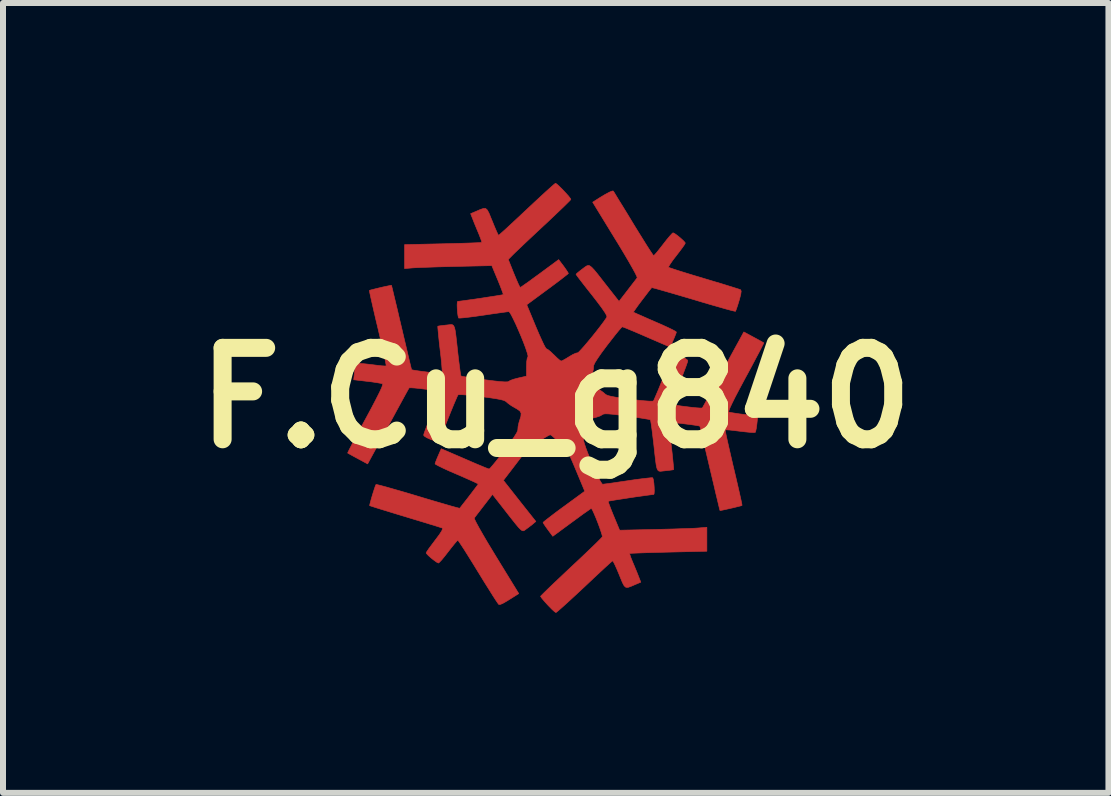
<source format=kicad_pcb>
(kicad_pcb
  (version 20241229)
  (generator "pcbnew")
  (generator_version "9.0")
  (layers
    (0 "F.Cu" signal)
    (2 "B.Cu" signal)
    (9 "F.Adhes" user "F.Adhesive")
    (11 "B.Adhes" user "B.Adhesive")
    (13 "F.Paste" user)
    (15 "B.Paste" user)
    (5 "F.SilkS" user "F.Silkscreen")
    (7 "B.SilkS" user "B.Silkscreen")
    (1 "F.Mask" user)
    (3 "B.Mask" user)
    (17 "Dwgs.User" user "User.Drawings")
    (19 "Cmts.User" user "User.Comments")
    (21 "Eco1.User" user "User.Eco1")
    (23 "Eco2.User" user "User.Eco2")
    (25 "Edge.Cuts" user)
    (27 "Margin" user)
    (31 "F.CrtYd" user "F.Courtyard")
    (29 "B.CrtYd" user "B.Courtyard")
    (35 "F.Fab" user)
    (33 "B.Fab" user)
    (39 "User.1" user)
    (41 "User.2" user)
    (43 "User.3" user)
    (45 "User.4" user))
  (footprint "F.Cu_g840"
    (layer "F.Cu")
    (at 6.212 3.582)
    (property "Reference" "F.Cu_g840" (at 0 0 0) (layer "F.SilkS") (effects (font (size 1.524 1.524) (thickness 0.3))))
    (attr through_hole)
    (fp_poly (pts (xy 0.02 -3.563) (xy 0.061 -3.525) (xy 0.113 -3.474) (xy 0.166 -3.417) (xy 0.213 -3.365) (xy 0.244 -3.325) (xy 0.252 -3.309) (xy 0.237 -3.29) (xy 0.194 -3.247) (xy 0.129 -3.183) (xy 0.043 -3.101) (xy -0.057 -3.006) (xy -0.169 -2.9) (xy -0.192 -2.879) (xy -0.311 -2.768) (xy -0.423 -2.663) (xy -0.524 -2.568) (xy -0.609 -2.487) (xy -0.673 -2.426) (xy -0.711 -2.389) (xy -0.713 -2.387) (xy -0.791 -2.308) (xy -0.698 -2.075) (xy -0.66 -1.984) (xy -0.628 -1.91) (xy -0.604 -1.86) (xy -0.592 -1.842) (xy -0.571 -1.853) (xy -0.523 -1.887) (xy -0.451 -1.937) (xy -0.363 -2.002) (xy -0.265 -2.073) (xy 0.049 -2.305) (xy 0.131 -2.197) (xy 0.172 -2.139) (xy 0.201 -2.095) (xy 0.211 -2.076) (xy 0.195 -2.06) (xy 0.149 -2.024) (xy 0.08 -1.97) (xy -0.009 -1.903) (xy -0.111 -1.827) (xy -0.136 -1.809) (xy -0.483 -1.553) (xy -0.33 -1.184) (xy -0.281 -1.069) (xy -0.236 -0.969) (xy -0.199 -0.89) (xy -0.171 -0.838) (xy -0.156 -0.819) (xy -0.156 -0.819) (xy -0.131 -0.807) (xy -0.087 -0.772) (xy -0.033 -0.72) (xy -0.031 -0.719) (xy 0.023 -0.666) (xy 0.066 -0.629) (xy 0.09 -0.614) (xy 0.09 -0.614) (xy 0.116 -0.624) (xy 0.166 -0.652) (xy 0.223 -0.687) (xy 0.286 -0.724) (xy 0.338 -0.747) (xy 0.365 -0.751) (xy 0.384 -0.765) (xy 0.423 -0.806) (xy 0.478 -0.867) (xy 0.543 -0.944) (xy 0.614 -1.03) (xy 0.684 -1.118) (xy 0.75 -1.203) (xy 0.805 -1.277) (xy 0.845 -1.335) (xy 0.853 -1.348) (xy 0.849 -1.373) (xy 0.82 -1.424) (xy 0.766 -1.503) (xy 0.685 -1.611) (xy 0.605 -1.714) (xy 0.524 -1.816) (xy 0.453 -1.907) (xy 0.396 -1.981) (xy 0.357 -2.033) (xy 0.339 -2.059) (xy 0.339 -2.06) (xy 0.354 -2.077) (xy 0.395 -2.111) (xy 0.446 -2.15) (xy 0.484 -2.179) (xy 0.514 -2.199) (xy 0.54 -2.208) (xy 0.566 -2.203) (xy 0.598 -2.179) (xy 0.64 -2.135) (xy 0.696 -2.067) (xy 0.771 -1.971) (xy 0.843 -1.879) (xy 1.055 -1.609) (xy 1.198 -1.794) (xy 1.257 -1.871) (xy 1.308 -1.937) (xy 1.344 -1.984) (xy 1.358 -2.002) (xy 1.351 -2.026) (xy 1.324 -2.082) (xy 1.277 -2.168) (xy 1.213 -2.28) (xy 1.133 -2.416) (xy 1.039 -2.572) (xy 0.995 -2.643) (xy 0.616 -3.262) (xy 0.73 -3.335) (xy 0.823 -3.391) (xy 0.896 -3.43) (xy 0.943 -3.449) (xy 0.959 -3.448) (xy 0.972 -3.429) (xy 1.003 -3.378) (xy 1.051 -3.299) (xy 1.113 -3.199) (xy 1.186 -3.08) (xy 1.266 -2.948) (xy 1.292 -2.905) (xy 1.375 -2.77) (xy 1.451 -2.648) (xy 1.517 -2.542) (xy 1.571 -2.458) (xy 1.61 -2.4) (xy 1.63 -2.372) (xy 1.632 -2.371) (xy 1.649 -2.386) (xy 1.687 -2.429) (xy 1.738 -2.493) (xy 1.791 -2.561) (xy 1.85 -2.637) (xy 1.902 -2.699) (xy 1.939 -2.739) (xy 1.955 -2.752) (xy 1.983 -2.739) (xy 2.029 -2.706) (xy 2.08 -2.664) (xy 2.126 -2.622) (xy 2.155 -2.59) (xy 2.159 -2.58) (xy 2.147 -2.556) (xy 2.113 -2.507) (xy 2.063 -2.44) (xy 2.013 -2.375) (xy 1.955 -2.3) (xy 1.911 -2.237) (xy 1.885 -2.194) (xy 1.88 -2.177) (xy 1.903 -2.168) (xy 1.962 -2.148) (xy 2.051 -2.119) (xy 2.164 -2.084) (xy 2.297 -2.043) (xy 2.445 -1.999) (xy 2.477 -1.989) (xy 2.627 -1.944) (xy 2.765 -1.903) (xy 2.884 -1.866) (xy 2.98 -1.836) (xy 3.047 -1.815) (xy 3.08 -1.803) (xy 3.082 -1.802) (xy 3.091 -1.779) (xy 3.084 -1.727) (xy 3.062 -1.64) (xy 3.056 -1.621) (xy 3.032 -1.543) (xy 3.011 -1.481) (xy 2.998 -1.447) (xy 2.996 -1.443) (xy 2.974 -1.447) (xy 2.916 -1.461) (xy 2.827 -1.485) (xy 2.712 -1.518) (xy 2.575 -1.557) (xy 2.422 -1.602) (xy 2.296 -1.64) (xy 2.133 -1.688) (xy 1.983 -1.732) (xy 1.852 -1.77) (xy 1.743 -1.801) (xy 1.662 -1.824) (xy 1.613 -1.836) (xy 1.6 -1.839) (xy 1.549 -1.775) (xy 1.492 -1.7) (xy 1.433 -1.623) (xy 1.378 -1.55) (xy 1.334 -1.488) (xy 1.304 -1.445) (xy 1.295 -1.429) (xy 1.316 -1.419) (xy 1.369 -1.395) (xy 1.449 -1.36) (xy 1.548 -1.316) (xy 1.656 -1.269) (xy 1.769 -1.22) (xy 1.867 -1.175) (xy 1.944 -1.138) (xy 1.994 -1.111) (xy 2.011 -1.098) (xy 2.003 -1.071) (xy 1.982 -1.018) (xy 1.959 -0.964) (xy 1.908 -0.847) (xy 1.732 -0.923) (xy 1.558 -0.998) (xy 1.42 -1.058) (xy 1.313 -1.104) (xy 1.233 -1.137) (xy 1.176 -1.161) (xy 1.139 -1.175) (xy 1.117 -1.183) (xy 1.107 -1.184) (xy 1.09 -1.168) (xy 1.051 -1.123) (xy 0.995 -1.055) (xy 0.928 -0.969) (xy 0.857 -0.878) (xy 0.763 -0.752) (xy 0.696 -0.655) (xy 0.652 -0.585) (xy 0.632 -0.54) (xy 0.631 -0.524) (xy 0.627 -0.475) (xy 0.612 -0.408) (xy 0.604 -0.383) (xy 0.58 -0.305) (xy 0.577 -0.253) (xy 0.599 -0.216) (xy 0.65 -0.181) (xy 0.672 -0.169) (xy 0.739 -0.13) (xy 0.795 -0.09) (xy 0.815 -0.072) (xy 0.836 -0.055) (xy 0.869 -0.04) (xy 0.92 -0.027) (xy 0.994 -0.013) (xy 1.099 0.003) (xy 1.234 0.021) (xy 1.365 0.037) (xy 1.476 0.048) (xy 1.56 0.054) (xy 1.613 0.054) (xy 1.628 0.051) (xy 1.641 0.026) (xy 1.666 -0.032) (xy 1.702 -0.116) (xy 1.745 -0.221) (xy 1.793 -0.34) (xy 1.799 -0.355) (xy 1.846 -0.474) (xy 1.89 -0.577) (xy 1.926 -0.659) (xy 1.952 -0.714) (xy 1.966 -0.736) (xy 1.966 -0.736) (xy 1.993 -0.726) (xy 2.045 -0.706) (xy 2.091 -0.689) (xy 2.151 -0.662) (xy 2.192 -0.635) (xy 2.201 -0.62) (xy 2.194 -0.592) (xy 2.173 -0.532) (xy 2.141 -0.447) (xy 2.101 -0.343) (xy 2.064 -0.251) (xy 2.02 -0.139) (xy 1.983 -0.04) (xy 1.955 0.037) (xy 1.939 0.088) (xy 1.936 0.105) (xy 1.959 0.113) (xy 2.014 0.123) (xy 2.091 0.135) (xy 2.179 0.146) (xy 2.268 0.157) (xy 2.348 0.165) (xy 2.409 0.169) (xy 2.441 0.168) (xy 2.443 0.167) (xy 2.455 0.147) (xy 2.484 0.095) (xy 2.528 0.015) (xy 2.583 -0.086) (xy 2.648 -0.205) (xy 2.709 -0.318) (xy 2.785 -0.457) (xy 2.859 -0.593) (xy 2.927 -0.719) (xy 2.986 -0.827) (xy 3.031 -0.909) (xy 3.052 -0.947) (xy 3.135 -1.1) (xy 3.298 -1.012) (xy 3.372 -0.972) (xy 3.43 -0.94) (xy 3.463 -0.921) (xy 3.468 -0.919) (xy 3.46 -0.9) (xy 3.434 -0.848) (xy 3.393 -0.768) (xy 3.338 -0.665) (xy 3.273 -0.542) (xy 3.2 -0.406) (xy 3.167 -0.346) (xy 3.069 -0.163) (xy 2.991 -0.015) (xy 2.935 0.098) (xy 2.899 0.176) (xy 2.883 0.222) (xy 2.885 0.235) (xy 2.915 0.243) (xy 2.978 0.253) (xy 3.063 0.266) (xy 3.139 0.275) (xy 3.367 0.303) (xy 3.353 0.432) (xy 3.344 0.502) (xy 3.333 0.554) (xy 3.326 0.574) (xy 3.301 0.577) (xy 3.243 0.574) (xy 3.161 0.566) (xy 3.074 0.556) (xy 2.978 0.544) (xy 2.899 0.535) (xy 2.845 0.532) (xy 2.826 0.533) (xy 2.828 0.555) (xy 2.839 0.613) (xy 2.858 0.702) (xy 2.884 0.817) (xy 2.915 0.952) (xy 2.95 1.104) (xy 2.964 1.163) (xy 3.001 1.319) (xy 3.034 1.461) (xy 3.062 1.583) (xy 3.084 1.682) (xy 3.099 1.752) (xy 3.105 1.788) (xy 3.105 1.791) (xy 3.084 1.799) (xy 3.032 1.812) (xy 2.964 1.829) (xy 2.888 1.846) (xy 2.818 1.862) (xy 2.764 1.873) (xy 2.739 1.877) (xy 2.738 1.877) (xy 2.732 1.856) (xy 2.718 1.799) (xy 2.697 1.71) (xy 2.669 1.595) (xy 2.637 1.457) (xy 2.6 1.301) (xy 2.57 1.175) (xy 2.531 1.009) (xy 2.495 0.858) (xy 2.464 0.725) (xy 2.438 0.615) (xy 2.418 0.533) (xy 2.406 0.484) (xy 2.403 0.471) (xy 2.381 0.465) (xy 2.327 0.456) (xy 2.251 0.445) (xy 2.163 0.434) (xy 2.073 0.423) (xy 1.992 0.414) (xy 1.929 0.409) (xy 1.895 0.407) (xy 1.892 0.408) (xy 1.891 0.432) (xy 1.895 0.49) (xy 1.902 0.577) (xy 1.913 0.685) (xy 1.927 0.804) (xy 1.941 0.926) (xy 1.952 1.033) (xy 1.96 1.118) (xy 1.965 1.174) (xy 1.965 1.195) (xy 1.942 1.2) (xy 1.889 1.207) (xy 1.826 1.214) (xy 1.78 1.219) (xy 1.746 1.223) (xy 1.72 1.219) (xy 1.701 1.203) (xy 1.686 1.17) (xy 1.674 1.116) (xy 1.663 1.034) (xy 1.65 0.921) (xy 1.634 0.772) (xy 1.632 0.754) (xy 1.617 0.632) (xy 1.604 0.525) (xy 1.592 0.44) (xy 1.583 0.385) (xy 1.578 0.365) (xy 1.555 0.358) (xy 1.496 0.348) (xy 1.409 0.334) (xy 1.301 0.318) (xy 1.186 0.302) (xy 1.048 0.284) (xy 0.946 0.272) (xy 0.874 0.266) (xy 0.826 0.265) (xy 0.796 0.269) (xy 0.778 0.278) (xy 0.774 0.281) (xy 0.738 0.301) (xy 0.675 0.322) (xy 0.615 0.337) (xy 0.487 0.362) (xy 0.487 0.518) (xy 0.484 0.603) (xy 0.475 0.661) (xy 0.464 0.682) (xy 0.462 0.703) (xy 0.476 0.755) (xy 0.501 0.831) (xy 0.536 0.924) (xy 0.578 1.027) (xy 0.622 1.131) (xy 0.666 1.231) (xy 0.708 1.319) (xy 0.743 1.387) (xy 0.77 1.429) (xy 0.782 1.439) (xy 0.812 1.435) (xy 0.878 1.427) (xy 0.971 1.414) (xy 1.084 1.397) (xy 1.21 1.379) (xy 1.212 1.378) (xy 1.337 1.36) (xy 1.446 1.346) (xy 1.534 1.336) (xy 1.593 1.33) (xy 1.617 1.331) (xy 1.617 1.331) (xy 1.628 1.365) (xy 1.636 1.422) (xy 1.641 1.488) (xy 1.643 1.549) (xy 1.64 1.594) (xy 1.634 1.609) (xy 1.603 1.612) (xy 1.541 1.62) (xy 1.455 1.632) (xy 1.353 1.646) (xy 1.244 1.662) (xy 1.136 1.679) (xy 1.037 1.694) (xy 0.955 1.707) (xy 0.898 1.717) (xy 0.874 1.722) (xy 0.874 1.722) (xy 0.879 1.743) (xy 0.898 1.796) (xy 0.927 1.871) (xy 0.964 1.963) (xy 0.966 1.967) (xy 1.065 2.205) (xy 1.66 2.192) (xy 1.822 2.188) (xy 1.977 2.184) (xy 2.118 2.179) (xy 2.238 2.175) (xy 2.33 2.171) (xy 2.386 2.167) (xy 2.387 2.167) (xy 2.519 2.156) (xy 2.519 2.555) (xy 1.879 2.57) (xy 1.719 2.574) (xy 1.573 2.578) (xy 1.446 2.582) (xy 1.344 2.586) (xy 1.272 2.589) (xy 1.236 2.591) (xy 1.232 2.592) (xy 1.236 2.613) (xy 1.253 2.663) (xy 1.28 2.73) (xy 1.28 2.73) (xy 1.317 2.818) (xy 1.355 2.91) (xy 1.377 2.966) (xy 1.418 3.071) (xy 1.328 3.109) (xy 1.256 3.14) (xy 1.205 3.158) (xy 1.169 3.156) (xy 1.141 3.132) (xy 1.113 3.08) (xy 1.078 2.996) (xy 1.057 2.943) (xy 1.019 2.853) (xy 0.986 2.78) (xy 0.961 2.731) (xy 0.948 2.715) (xy 0.929 2.73) (xy 0.883 2.771) (xy 0.815 2.833) (xy 0.728 2.914) (xy 0.626 3.009) (xy 0.513 3.116) (xy 0.478 3.149) (xy 0.362 3.257) (xy 0.256 3.355) (xy 0.163 3.44) (xy 0.088 3.507) (xy 0.034 3.554) (xy 0.006 3.576) (xy 0.003 3.577) (xy -0.019 3.563) (xy -0.062 3.524) (xy -0.117 3.468) (xy -0.135 3.449) (xy -0.19 3.388) (xy -0.231 3.339) (xy -0.251 3.31) (xy -0.252 3.306) (xy -0.237 3.289) (xy -0.194 3.246) (xy -0.127 3.181) (xy -0.041 3.098) (xy 0.062 3.001) (xy 0.178 2.891) (xy 0.258 2.816) (xy 0.381 2.701) (xy 0.494 2.594) (xy 0.592 2.5) (xy 0.674 2.421) (xy 0.734 2.361) (xy 0.769 2.324) (xy 0.777 2.315) (xy 0.773 2.287) (xy 0.756 2.232) (xy 0.731 2.158) (xy 0.7 2.075) (xy 0.667 1.992) (xy 0.636 1.92) (xy 0.611 1.866) (xy 0.595 1.842) (xy 0.593 1.841) (xy 0.573 1.853) (xy 0.525 1.887) (xy 0.453 1.937) (xy 0.365 2.002) (xy 0.266 2.074) (xy -0.049 2.306) (xy -0.13 2.197) (xy -0.172 2.139) (xy -0.201 2.095) (xy -0.211 2.076) (xy -0.194 2.06) (xy -0.149 2.024) (xy -0.079 1.97) (xy 0.009 1.903) (xy 0.112 1.827) (xy 0.137 1.809) (xy 0.484 1.555) (xy 0.33 1.185) (xy 0.281 1.069) (xy 0.237 0.969) (xy 0.199 0.89) (xy 0.171 0.838) (xy 0.156 0.819) (xy 0.155 0.819) (xy 0.131 0.807) (xy 0.087 0.772) (xy 0.033 0.72) (xy 0.031 0.719) (xy -0.023 0.666) (xy -0.066 0.629) (xy -0.09 0.614) (xy -0.09 0.614) (xy -0.116 0.624) (xy -0.166 0.652) (xy -0.224 0.688) (xy -0.287 0.725) (xy -0.337 0.747) (xy -0.362 0.75) (xy -0.391 0.753) (xy -0.409 0.769) (xy -0.43 0.796) (xy -0.471 0.851) (xy -0.529 0.926) (xy -0.598 1.016) (xy -0.653 1.088) (xy -0.872 1.374) (xy -0.602 1.717) (xy -0.331 2.059) (xy -0.393 2.111) (xy -0.45 2.155) (xy -0.503 2.194) (xy -0.505 2.196) (xy -0.524 2.209) (xy -0.541 2.215) (xy -0.56 2.212) (xy -0.584 2.194) (xy -0.618 2.16) (xy -0.664 2.105) (xy -0.728 2.025) (xy -0.812 1.918) (xy -0.86 1.856) (xy -1.054 1.608) (xy -1.197 1.793) (xy -1.257 1.871) (xy -1.308 1.937) (xy -1.343 1.983) (xy -1.357 2.001) (xy -1.351 2.025) (xy -1.324 2.08) (xy -1.278 2.165) (xy -1.215 2.275) (xy -1.138 2.407) (xy -1.047 2.557) (xy -0.995 2.643) (xy -0.616 3.261) (xy -0.726 3.331) (xy -0.818 3.388) (xy -0.881 3.424) (xy -0.921 3.441) (xy -0.945 3.443) (xy -0.951 3.44) (xy -0.966 3.42) (xy -1.001 3.368) (xy -1.052 3.289) (xy -1.115 3.188) (xy -1.19 3.069) (xy -1.271 2.937) (xy -1.294 2.9) (xy -1.376 2.766) (xy -1.452 2.644) (xy -1.518 2.539) (xy -1.572 2.456) (xy -1.61 2.399) (xy -1.63 2.372) (xy -1.632 2.371) (xy -1.649 2.387) (xy -1.686 2.43) (xy -1.737 2.493) (xy -1.79 2.561) (xy -1.849 2.637) (xy -1.9 2.699) (xy -1.938 2.739) (xy -1.954 2.752) (xy -1.982 2.739) (xy -2.027 2.707) (xy -2.079 2.666) (xy -2.125 2.625) (xy -2.154 2.593) (xy -2.159 2.583) (xy -2.147 2.56) (xy -2.114 2.511) (xy -2.064 2.444) (xy -2.01 2.372) (xy -1.941 2.28) (xy -1.9 2.217) (xy -1.885 2.18) (xy -1.89 2.168) (xy -1.917 2.16) (xy -1.979 2.14) (xy -2.071 2.112) (xy -2.187 2.076) (xy -2.323 2.035) (xy -2.472 1.99) (xy -2.507 1.979) (xy -2.657 1.934) (xy -2.793 1.892) (xy -2.911 1.856) (xy -3.004 1.827) (xy -3.069 1.806) (xy -3.099 1.796) (xy -3.101 1.795) (xy -3.098 1.773) (xy -3.085 1.723) (xy -3.066 1.655) (xy -3.044 1.582) (xy -3.022 1.514) (xy -3.005 1.464) (xy -2.995 1.443) (xy -2.973 1.446) (xy -2.915 1.46) (xy -2.826 1.484) (xy -2.711 1.517) (xy -2.574 1.556) (xy -2.421 1.601) (xy -2.295 1.639) (xy -2.132 1.688) (xy -1.983 1.732) (xy -1.852 1.77) (xy -1.743 1.802) (xy -1.662 1.824) (xy -1.613 1.837) (xy -1.6 1.839) (xy -1.537 1.758) (xy -1.471 1.674) (xy -1.409 1.593) (xy -1.355 1.522) (xy -1.314 1.468) (xy -1.293 1.438) (xy -1.291 1.434) (xy -1.31 1.424) (xy -1.361 1.399) (xy -1.439 1.364) (xy -1.538 1.32) (xy -1.651 1.271) (xy -1.765 1.222) (xy -1.864 1.177) (xy -1.942 1.139) (xy -1.993 1.112) (xy -2.011 1.099) (xy -2.003 1.071) (xy -1.982 1.018) (xy -1.959 0.964) (xy -1.908 0.847) (xy -1.732 0.923) (xy -1.558 0.998) (xy -1.42 1.058) (xy -1.313 1.104) (xy -1.233 1.137) (xy -1.176 1.161) (xy -1.139 1.175) (xy -1.117 1.183) (xy -1.107 1.184) (xy -1.09 1.168) (xy -1.051 1.123) (xy -0.995 1.055) (xy -0.928 0.969) (xy -0.857 0.878) (xy -0.763 0.752) (xy -0.696 0.655) (xy -0.652 0.585) (xy -0.632 0.54) (xy -0.631 0.524) (xy -0.627 0.475) (xy -0.612 0.408) (xy -0.604 0.383) (xy -0.58 0.305) (xy -0.577 0.253) (xy -0.599 0.216) (xy -0.65 0.181) (xy -0.672 0.169) (xy -0.739 0.13) (xy -0.795 0.09) (xy -0.815 0.072) (xy -0.836 0.055) (xy -0.869 0.04) (xy -0.92 0.027) (xy -0.994 0.013) (xy -1.099 -0.003) (xy -1.234 -0.021) (xy -1.365 -0.037) (xy -1.476 -0.048) (xy -1.56 -0.054) (xy -1.613 -0.054) (xy -1.628 -0.051) (xy -1.641 -0.026) (xy -1.666 0.032) (xy -1.702 0.116) (xy -1.745 0.221) (xy -1.793 0.34) (xy -1.799 0.355) (xy -1.846 0.474) (xy -1.89 0.577) (xy -1.926 0.659) (xy -1.952 0.714) (xy -1.966 0.736) (xy -1.966 0.736) (xy -1.993 0.726) (xy -2.045 0.706) (xy -2.091 0.689) (xy -2.151 0.662) (xy -2.192 0.635) (xy -2.201 0.62) (xy -2.194 0.592) (xy -2.173 0.532) (xy -2.141 0.447) (xy -2.101 0.343) (xy -2.064 0.251) (xy -2.02 0.139) (xy -1.983 0.04) (xy -1.955 -0.037) (xy -1.939 -0.088) (xy -1.936 -0.105) (xy -1.959 -0.113) (xy -2.014 -0.123) (xy -2.091 -0.135) (xy -2.179 -0.146) (xy -2.268 -0.157) (xy -2.348 -0.165) (xy -2.409 -0.169) (xy -2.441 -0.168) (xy -2.443 -0.167) (xy -2.455 -0.147) (xy -2.484 -0.095) (xy -2.528 -0.015) (xy -2.583 0.086) (xy -2.648 0.205) (xy -2.709 0.318) (xy -2.785 0.457) (xy -2.859 0.593) (xy -2.927 0.719) (xy -2.986 0.827) (xy -3.031 0.909) (xy -3.052 0.947) (xy -3.135 1.1) (xy -3.298 1.012) (xy -3.372 0.972) (xy -3.43 0.94) (xy -3.463 0.921) (xy -3.468 0.919) (xy -3.46 0.9) (xy -3.434 0.848) (xy -3.393 0.768) (xy -3.338 0.665) (xy -3.273 0.542) (xy -3.2 0.406) (xy -3.167 0.346) (xy -3.069 0.164) (xy -2.993 0.018) (xy -2.936 -0.095) (xy -2.9 -0.173) (xy -2.884 -0.22) (xy -2.885 -0.235) (xy -2.915 -0.243) (xy -2.978 -0.254) (xy -3.063 -0.267) (xy -3.139 -0.276) (xy -3.367 -0.303) (xy -3.353 -0.432) (xy -3.344 -0.502) (xy -3.333 -0.554) (xy -3.326 -0.574) (xy -3.301 -0.577) (xy -3.243 -0.574) (xy -3.161 -0.566) (xy -3.074 -0.556) (xy -2.978 -0.544) (xy -2.899 -0.535) (xy -2.845 -0.532) (xy -2.826 -0.533) (xy -2.828 -0.555) (xy -2.839 -0.613) (xy -2.858 -0.702) (xy -2.884 -0.817) (xy -2.914 -0.953) (xy -2.95 -1.104) (xy -2.964 -1.164) (xy -3.001 -1.319) (xy -3.034 -1.461) (xy -3.062 -1.584) (xy -3.084 -1.682) (xy -3.099 -1.752) (xy -3.105 -1.788) (xy -3.105 -1.791) (xy -3.083 -1.799) (xy -3.032 -1.812) (xy -2.963 -1.829) (xy -2.888 -1.847) (xy -2.818 -1.862) (xy -2.764 -1.873) (xy -2.738 -1.877) (xy -2.738 -1.877) (xy -2.732 -1.856) (xy -2.718 -1.799) (xy -2.697 -1.71) (xy -2.669 -1.594) (xy -2.636 -1.456) (xy -2.6 -1.301) (xy -2.57 -1.175) (xy -2.531 -1.009) (xy -2.495 -0.858) (xy -2.464 -0.725) (xy -2.438 -0.615) (xy -2.418 -0.533) (xy -2.406 -0.484) (xy -2.403 -0.471) (xy -2.381 -0.465) (xy -2.327 -0.456) (xy -2.251 -0.445) (xy -2.163 -0.434) (xy -2.073 -0.423) (xy -1.992 -0.414) (xy -1.929 -0.409) (xy -1.895 -0.407) (xy -1.892 -0.408) (xy -1.891 -0.432) (xy -1.895 -0.49) (xy -1.902 -0.577) (xy -1.913 -0.685) (xy -1.927 -0.804) (xy -1.941 -0.926) (xy -1.952 -1.033) (xy -1.96 -1.118) (xy -1.965 -1.174) (xy -1.965 -1.195) (xy -1.942 -1.2) (xy -1.889 -1.207) (xy -1.826 -1.214) (xy -1.78 -1.219) (xy -1.746 -1.223) (xy -1.72 -1.219) (xy -1.701 -1.203) (xy -1.686 -1.17) (xy -1.674 -1.116) (xy -1.663 -1.034) (xy -1.65 -0.921) (xy -1.634 -0.772) (xy -1.632 -0.754) (xy -1.618 -0.632) (xy -1.604 -0.525) (xy -1.593 -0.441) (xy -1.584 -0.385) (xy -1.579 -0.365) (xy -1.556 -0.359) (xy -1.497 -0.349) (xy -1.41 -0.336) (xy -1.302 -0.32) (xy -1.183 -0.303) (xy -1.034 -0.284) (xy -0.924 -0.272) (xy -0.847 -0.267) (xy -0.801 -0.268) (xy -0.783 -0.275) (xy -0.756 -0.292) (xy -0.7 -0.312) (xy -0.628 -0.331) (xy -0.487 -0.363) (xy -0.487 -0.519) (xy -0.484 -0.604) (xy -0.475 -0.661) (xy -0.464 -0.682) (xy -0.462 -0.703) (xy -0.476 -0.755) (xy -0.501 -0.831) (xy -0.536 -0.924) (xy -0.577 -1.026) (xy -0.622 -1.131) (xy -0.666 -1.231) (xy -0.708 -1.318) (xy -0.743 -1.387) (xy -0.77 -1.429) (xy -0.782 -1.438) (xy -0.812 -1.435) (xy -0.878 -1.426) (xy -0.971 -1.413) (xy -1.084 -1.397) (xy -1.21 -1.378) (xy -1.213 -1.378) (xy -1.337 -1.36) (xy -1.446 -1.346) (xy -1.534 -1.336) (xy -1.593 -1.331) (xy -1.617 -1.331) (xy -1.618 -1.331) (xy -1.628 -1.365) (xy -1.636 -1.422) (xy -1.641 -1.488) (xy -1.643 -1.55) (xy -1.64 -1.594) (xy -1.634 -1.609) (xy -1.603 -1.612) (xy -1.541 -1.62) (xy -1.455 -1.632) (xy -1.353 -1.646) (xy -1.244 -1.662) (xy -1.136 -1.679) (xy -1.037 -1.694) (xy -0.955 -1.707) (xy -0.898 -1.717) (xy -0.874 -1.722) (xy -0.874 -1.722) (xy -0.879 -1.743) (xy -0.898 -1.795) (xy -0.927 -1.871) (xy -0.964 -1.963) (xy -0.966 -1.967) (xy -1.065 -2.205) (xy -1.649 -2.192) (xy -1.811 -2.188) (xy -1.966 -2.184) (xy -2.108 -2.179) (xy -2.229 -2.175) (xy -2.321 -2.171) (xy -2.376 -2.168) (xy -2.519 -2.156) (xy -2.519 -2.555) (xy -1.879 -2.569) (xy -1.719 -2.573) (xy -1.573 -2.577) (xy -1.447 -2.581) (xy -1.345 -2.585) (xy -1.273 -2.588) (xy -1.236 -2.591) (xy -1.233 -2.592) (xy -1.236 -2.613) (xy -1.254 -2.663) (xy -1.28 -2.73) (xy -1.317 -2.818) (xy -1.355 -2.91) (xy -1.377 -2.966) (xy -1.418 -3.071) (xy -1.328 -3.109) (xy -1.255 -3.141) (xy -1.204 -3.158) (xy -1.168 -3.157) (xy -1.14 -3.132) (xy -1.112 -3.08) (xy -1.078 -2.996) (xy -1.056 -2.943) (xy -1.019 -2.852) (xy -0.987 -2.778) (xy -0.964 -2.728) (xy -0.953 -2.71) (xy -0.935 -2.724) (xy -0.891 -2.763) (xy -0.823 -2.824) (xy -0.737 -2.904) (xy -0.635 -2.999) (xy -0.522 -3.105) (xy -0.481 -3.143) (xy -0.365 -3.252) (xy -0.258 -3.351) (xy -0.165 -3.437) (xy -0.089 -3.505) (xy -0.035 -3.553) (xy -0.006 -3.576) (xy -0.003 -3.577) (xy 0.02 -3.563)) (stroke (width 0.01) (type solid)) (fill yes) (layer "F.Cu")))
  (gr_rect
    (start -3 -3)
    (end 15.424 10.164)
    (stroke (width 0.1) (type default))
    (fill no)
    (layer "Edge.Cuts")))
</source>
